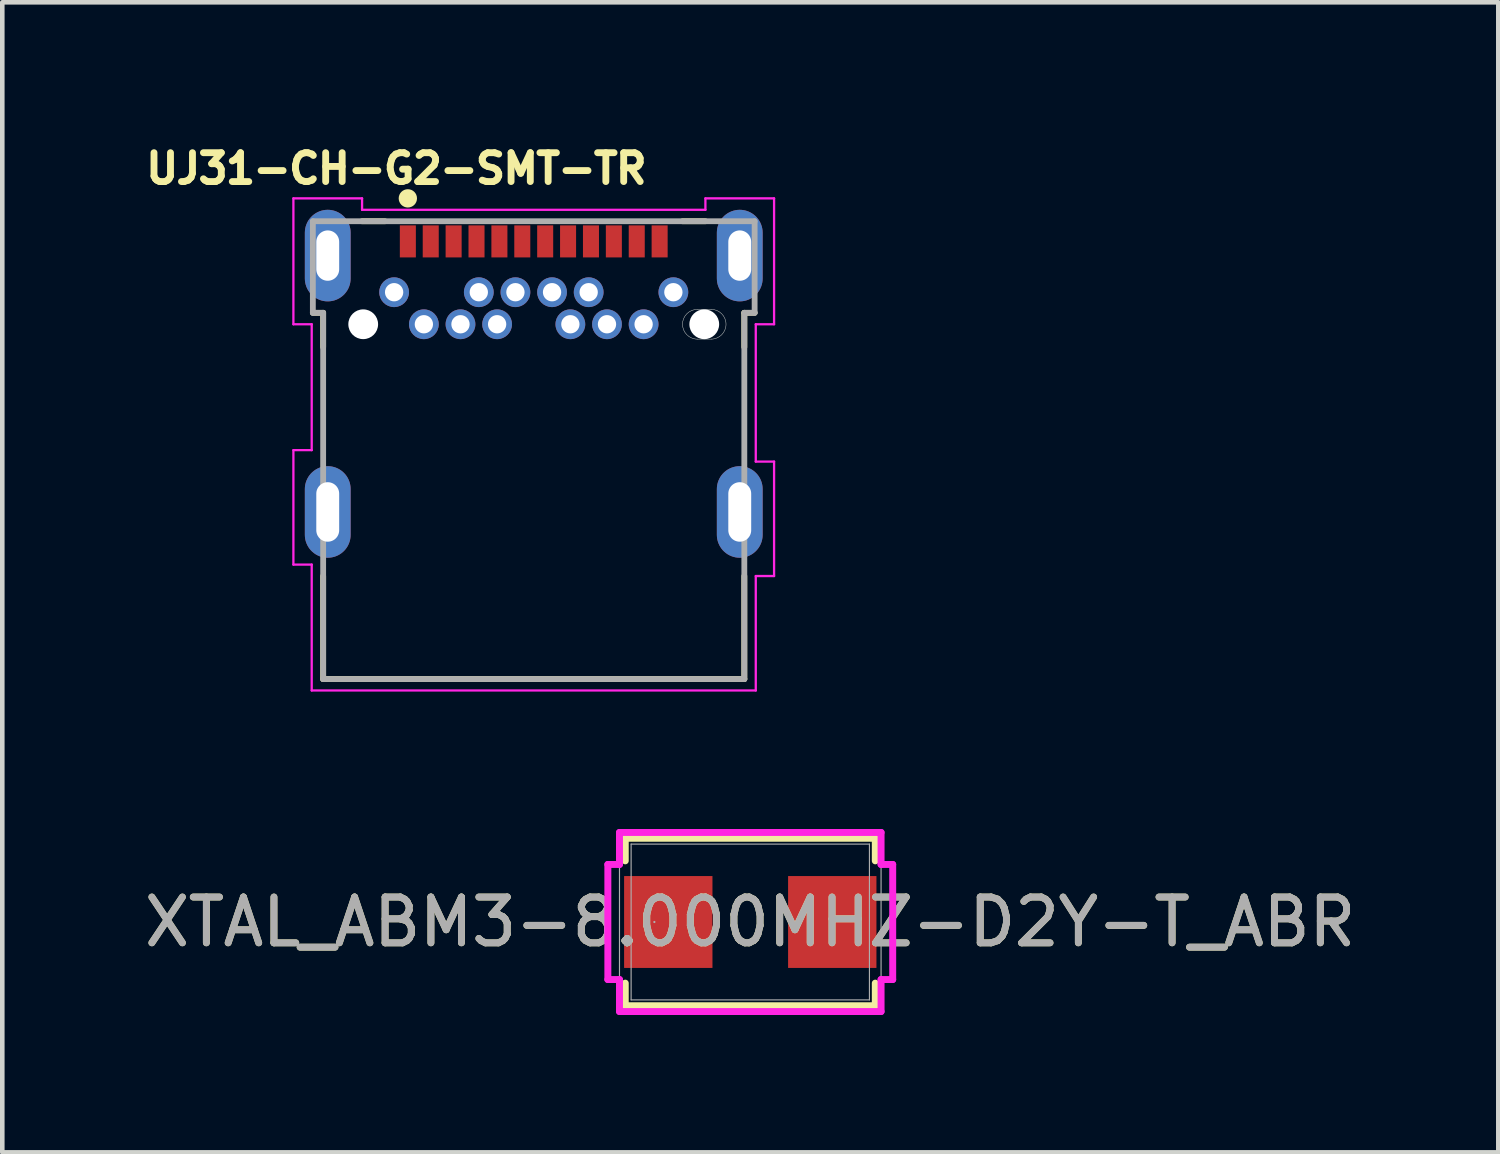
<source format=kicad_pcb>
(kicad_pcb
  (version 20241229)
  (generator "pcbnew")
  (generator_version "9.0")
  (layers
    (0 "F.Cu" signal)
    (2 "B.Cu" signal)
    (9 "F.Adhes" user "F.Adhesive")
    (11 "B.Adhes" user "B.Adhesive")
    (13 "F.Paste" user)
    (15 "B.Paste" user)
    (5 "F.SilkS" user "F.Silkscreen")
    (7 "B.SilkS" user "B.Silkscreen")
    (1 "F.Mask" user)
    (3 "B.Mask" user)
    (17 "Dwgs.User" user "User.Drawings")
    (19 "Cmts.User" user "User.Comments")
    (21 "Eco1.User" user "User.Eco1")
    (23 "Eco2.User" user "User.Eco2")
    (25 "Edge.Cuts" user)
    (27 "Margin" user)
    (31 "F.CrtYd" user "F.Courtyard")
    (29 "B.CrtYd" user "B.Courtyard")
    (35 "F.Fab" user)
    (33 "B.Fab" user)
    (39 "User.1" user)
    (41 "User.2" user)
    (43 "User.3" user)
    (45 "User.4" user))
  (footprint "XTAL_ABM3-8.000MHZ-D2Y-T_ABR"
    (layer "F.Cu")
    (at 13.339 17.09)
    (property "Reference" "XTAL_ABM3-8.000MHZ-D2Y-T_ABR" (at 0 0 0) (unlocked yes) (layer "F.SilkS") (effects (font (size 1 1) (thickness 0.15))))
    (attr smd)
    (fp_line (start -2.731 -1.829) (end -2.731 -1.336) (stroke (width 0.152) (type solid)) (layer "F.SilkS"))
    (fp_line (start -2.731 1.336) (end -2.731 1.829) (stroke (width 0.152) (type solid)) (layer "F.SilkS"))
    (fp_line (start -2.731 1.829) (end 2.731 1.829) (stroke (width 0.152) (type solid)) (layer "F.SilkS"))
    (fp_line (start 2.731 -1.829) (end -2.731 -1.829) (stroke (width 0.152) (type solid)) (layer "F.SilkS"))
    (fp_line (start 2.731 -1.336) (end 2.731 -1.829) (stroke (width 0.152) (type solid)) (layer "F.SilkS"))
    (fp_line (start 2.731 1.829) (end 2.731 1.336) (stroke (width 0.152) (type solid)) (layer "F.SilkS"))
    (fp_line (start -3.111 -1.257) (end -2.857 -1.257) (stroke (width 0.152) (type solid)) (layer "F.CrtYd"))
    (fp_line (start -3.111 1.257) (end -3.111 -1.257) (stroke (width 0.152) (type solid)) (layer "F.CrtYd"))
    (fp_line (start -2.857 -1.956) (end 2.857 -1.956) (stroke (width 0.152) (type solid)) (layer "F.CrtYd"))
    (fp_line (start -2.857 -1.257) (end -2.857 -1.956) (stroke (width 0.152) (type solid)) (layer "F.CrtYd"))
    (fp_line (start -2.857 1.257) (end -3.111 1.257) (stroke (width 0.152) (type solid)) (layer "F.CrtYd"))
    (fp_line (start -2.857 1.956) (end -2.857 1.257) (stroke (width 0.152) (type solid)) (layer "F.CrtYd"))
    (fp_line (start 2.857 -1.956) (end 2.857 -1.257) (stroke (width 0.152) (type solid)) (layer "F.CrtYd"))
    (fp_line (start 2.857 -1.257) (end 3.111 -1.257) (stroke (width 0.152) (type solid)) (layer "F.CrtYd"))
    (fp_line (start 2.857 1.257) (end 2.857 1.956) (stroke (width 0.152) (type solid)) (layer "F.CrtYd"))
    (fp_line (start 2.857 1.956) (end -2.857 1.956) (stroke (width 0.152) (type solid)) (layer "F.CrtYd"))
    (fp_line (start 3.111 -1.257) (end 3.111 1.257) (stroke (width 0.152) (type solid)) (layer "F.CrtYd"))
    (fp_line (start 3.111 1.257) (end 2.857 1.257) (stroke (width 0.152) (type solid)) (layer "F.CrtYd"))
    (fp_line (start -2.857 -1.956) (end 2.857 -1.956) (stroke (width 0.025) (type solid)) (layer "F.Fab"))
    (fp_line (start -2.857 1.956) (end -2.857 -1.956) (stroke (width 0.025) (type solid)) (layer "F.Fab"))
    (fp_line (start -2.603 -1.702) (end -2.603 1.702) (stroke (width 0.025) (type solid)) (layer "F.Fab"))
    (fp_line (start -2.603 1.702) (end 2.603 1.702) (stroke (width 0.025) (type solid)) (layer "F.Fab"))
    (fp_line (start 2.603 -1.702) (end -2.603 -1.702) (stroke (width 0.025) (type solid)) (layer "F.Fab"))
    (fp_line (start 2.603 1.702) (end 2.603 -1.702) (stroke (width 0.025) (type solid)) (layer "F.Fab"))
    (fp_line (start 2.857 -1.956) (end 2.857 1.956) (stroke (width 0.025) (type solid)) (layer "F.Fab"))
    (fp_line (start 2.857 1.956) (end -2.857 1.956) (stroke (width 0.025) (type solid)) (layer "F.Fab"))
    (fp_circle (center -2.095 0) (end -2.095 0) (stroke (width 0.025) (type solid)) (fill no) (layer "F.Fab"))
    (fp_text user "${REFERENCE}" (at 0 0 0) (unlocked yes) (layer "F.Fab") (effects (font (size 1 1) (thickness 0.15))))
    (pad "1" smd rect (at -1.791 0 90) (size 2.007 1.93) (layers "F.Cu" "F.Mask" "F.Paste"))
    (pad "2" smd rect (at 1.791 0 90) (size 2.007 1.93) (layers "F.Cu" "F.Mask" "F.Paste"))
    (zone (net_name "") (layer "F.Cu") (hatch full 0.508) (connect_pads) (min_thickness 0.254) (filled_areas_thickness no) (keepout (tracks not_allowed) (vias not_allowed) (pads allowed) (copperpour not_allowed) (footprints allowed)) (placement (enabled no)) (fill) (polygon (pts (xy 10.787 15.439) (xy 15.892 15.439) (xy 15.892 16.036) (xy 10.787 16.036))))
    (zone (net_name "") (layer "F.Cu") (hatch full 0.508) (connect_pads) (min_thickness 0.254) (filled_areas_thickness no) (keepout (tracks not_allowed) (vias not_allowed) (pads allowed) (copperpour not_allowed) (footprints allowed)) (placement (enabled no)) (fill) (polygon (pts (xy 10.787 18.144) (xy 15.892 18.144) (xy 15.892 18.741) (xy 10.787 18.741))))
    (zone (net_name "") (layer "F.Cu") (hatch full 0.508) (connect_pads) (min_thickness 0.254) (filled_areas_thickness no) (keepout (tracks not_allowed) (vias not_allowed) (pads allowed) (copperpour not_allowed) (footprints allowed)) (placement (enabled no)) (fill) (polygon (pts (xy 12.565 16.036) (xy 14.114 16.036) (xy 14.114 18.144) (xy 12.565 18.144)))))
  (footprint "UJ31-CH-G2-SMT-TR"
    (layer "F.Cu")
    (at 5.859 2.223)
    (property "Reference" "UJ31-CH-G2-SMT-TR" (at -0.25 -1.591 0) (layer "F.SilkS") (effects (font (size 0.63 0.63) (thickness 0.15))))
    (attr through_hole)
    (fp_line (start -2.075 1.56) (end -1.85 1.56) (stroke (width 0.127) (type solid)) (layer "F.SilkS"))
    (fp_line (start -1.85 1.56) (end -1.85 2.31) (stroke (width 0.127) (type solid)) (layer "F.SilkS"))
    (fp_line (start -1.85 9.56) (end -1.85 7.31) (stroke (width 0.127) (type solid)) (layer "F.SilkS"))
    (fp_line (start -1 -0.44) (end -0.5 -0.44) (stroke (width 0.127) (type solid)) (layer "F.SilkS"))
    (fp_line (start 6 -0.44) (end 6.5 -0.44) (stroke (width 0.127) (type solid)) (layer "F.SilkS"))
    (fp_line (start 7.35 1.56) (end 7.35 2.31) (stroke (width 0.127) (type solid)) (layer "F.SilkS"))
    (fp_line (start 7.35 7.31) (end 7.35 9.56) (stroke (width 0.127) (type solid)) (layer "F.SilkS"))
    (fp_line (start 7.35 9.56) (end -1.85 9.56) (stroke (width 0.127) (type solid)) (layer "F.SilkS"))
    (fp_line (start 7.575 1.56) (end 7.35 1.56) (stroke (width 0.127) (type solid)) (layer "F.SilkS"))
    (fp_circle (center 0 -0.94) (end 0.1 -0.94) (stroke (width 0.2) (type solid)) (fill no) (layer "F.SilkS"))
    (fp_line (start 6.325 1.485) (end 6.625 1.485) (stroke (width 0.01) (type solid)) (layer "Edge.Cuts"))
    (fp_line (start 6.325 2.135) (end 6.625 2.135) (stroke (width 0.01) (type solid)) (layer "Edge.Cuts"))
    (fp_arc (start 6.325 2.135) (mid 6 1.81) (end 6.325 1.485) (stroke (width 0.01) (type solid)) (layer "Edge.Cuts"))
    (fp_arc (start 6.625 1.485) (mid 6.95 1.81) (end 6.625 2.135) (stroke (width 0.01) (type solid)) (layer "Edge.Cuts"))
    (fp_line (start -2.5 -0.94) (end -1 -0.94) (stroke (width 0.05) (type solid)) (layer "F.CrtYd"))
    (fp_line (start -2.5 1.81) (end -2.5 -0.94) (stroke (width 0.05) (type solid)) (layer "F.CrtYd"))
    (fp_line (start -2.5 4.56) (end -2.1 4.56) (stroke (width 0.05) (type solid)) (layer "F.CrtYd"))
    (fp_line (start -2.5 7.06) (end -2.5 4.56) (stroke (width 0.05) (type solid)) (layer "F.CrtYd"))
    (fp_line (start -2.1 1.81) (end -2.5 1.81) (stroke (width 0.05) (type solid)) (layer "F.CrtYd"))
    (fp_line (start -2.1 4.56) (end -2.1 1.81) (stroke (width 0.05) (type solid)) (layer "F.CrtYd"))
    (fp_line (start -2.1 7.06) (end -2.5 7.06) (stroke (width 0.05) (type solid)) (layer "F.CrtYd"))
    (fp_line (start -2.1 9.81) (end -2.1 7.06) (stroke (width 0.05) (type solid)) (layer "F.CrtYd"))
    (fp_line (start -1 -0.94) (end -1 -0.69) (stroke (width 0.05) (type solid)) (layer "F.CrtYd"))
    (fp_line (start -1 -0.69) (end 6.5 -0.69) (stroke (width 0.05) (type solid)) (layer "F.CrtYd"))
    (fp_line (start 6.5 -0.94) (end 8 -0.94) (stroke (width 0.05) (type solid)) (layer "F.CrtYd"))
    (fp_line (start 6.5 -0.69) (end 6.5 -0.94) (stroke (width 0.05) (type solid)) (layer "F.CrtYd"))
    (fp_line (start 7.6 1.81) (end 7.6 4.81) (stroke (width 0.05) (type solid)) (layer "F.CrtYd"))
    (fp_line (start 7.6 4.81) (end 8 4.81) (stroke (width 0.05) (type solid)) (layer "F.CrtYd"))
    (fp_line (start 7.6 7.31) (end 7.6 9.81) (stroke (width 0.05) (type solid)) (layer "F.CrtYd"))
    (fp_line (start 7.6 9.81) (end -2.1 9.81) (stroke (width 0.05) (type solid)) (layer "F.CrtYd"))
    (fp_line (start 8 -0.94) (end 8 1.81) (stroke (width 0.05) (type solid)) (layer "F.CrtYd"))
    (fp_line (start 8 1.81) (end 7.6 1.81) (stroke (width 0.05) (type solid)) (layer "F.CrtYd"))
    (fp_line (start 8 4.81) (end 8 7.31) (stroke (width 0.05) (type solid)) (layer "F.CrtYd"))
    (fp_line (start 8 7.31) (end 7.6 7.31) (stroke (width 0.05) (type solid)) (layer "F.CrtYd"))
    (fp_line (start -2.075 -0.44) (end 7.575 -0.44) (stroke (width 0.127) (type solid)) (layer "F.Fab"))
    (fp_line (start -2.075 1.56) (end -2.075 -0.44) (stroke (width 0.127) (type solid)) (layer "F.Fab"))
    (fp_line (start -1.85 1.56) (end -2.075 1.56) (stroke (width 0.127) (type solid)) (layer "F.Fab"))
    (fp_line (start -1.85 9.56) (end -1.85 1.56) (stroke (width 0.127) (type solid)) (layer "F.Fab"))
    (fp_line (start 7.35 1.56) (end 7.35 9.56) (stroke (width 0.127) (type solid)) (layer "F.Fab"))
    (fp_line (start 7.35 9.56) (end -1.85 9.56) (stroke (width 0.127) (type solid)) (layer "F.Fab"))
    (fp_line (start 7.575 -0.44) (end 7.575 1.56) (stroke (width 0.127) (type solid)) (layer "F.Fab"))
    (fp_line (start 7.575 1.56) (end 7.35 1.56) (stroke (width 0.127) (type solid)) (layer "F.Fab"))
    (pad "" np_thru_hole circle (at -0.975 1.81) (size 0.65 0.65) (drill 0.65) (layers "*.Cu" "*.Mask"))
    (pad "" np_thru_hole circle (at 6.475 1.81) (size 0.65 0.65) (drill 0.65) (layers "*.Cu" "*.Mask"))
    (pad "A1" smd rect (at 0 0) (size 0.35 0.7) (layers "F.Cu" "F.Mask" "F.Paste"))
    (pad "A2" smd rect (at 0.5 0) (size 0.35 0.7) (layers "F.Cu" "F.Mask" "F.Paste"))
    (pad "A3" smd rect (at 1 0) (size 0.35 0.7) (layers "F.Cu" "F.Mask" "F.Paste"))
    (pad "A4" smd rect (at 1.5 0) (size 0.35 0.7) (layers "F.Cu" "F.Mask" "F.Paste"))
    (pad "A5" smd rect (at 2 0) (size 0.35 0.7) (layers "F.Cu" "F.Mask" "F.Paste"))
    (pad "A6" smd rect (at 2.5 0) (size 0.35 0.7) (layers "F.Cu" "F.Mask" "F.Paste"))
    (pad "A7" smd rect (at 3 0) (size 0.35 0.7) (layers "F.Cu" "F.Mask" "F.Paste"))
    (pad "A8" smd rect (at 3.5 0) (size 0.35 0.7) (layers "F.Cu" "F.Mask" "F.Paste"))
    (pad "A9" smd rect (at 4 0) (size 0.35 0.7) (layers "F.Cu" "F.Mask" "F.Paste"))
    (pad "A10" smd rect (at 4.5 0) (size 0.35 0.7) (layers "F.Cu" "F.Mask" "F.Paste"))
    (pad "A11" smd rect (at 5 0) (size 0.35 0.7) (layers "F.Cu" "F.Mask" "F.Paste"))
    (pad "A12" smd rect (at 5.5 0) (size 0.35 0.7) (layers "F.Cu" "F.Mask" "F.Paste"))
    (pad "B1" thru_hole circle (at 5.8 1.11) (size 0.65 0.65) (drill 0.4) (layers "*.Cu" "*.Mask"))
    (pad "B2" thru_hole circle (at 5.15 1.81) (size 0.65 0.65) (drill 0.4) (layers "*.Cu" "*.Mask"))
    (pad "B3" thru_hole circle (at 4.35 1.81) (size 0.65 0.65) (drill 0.4) (layers "*.Cu" "*.Mask"))
    (pad "B4" thru_hole circle (at 3.95 1.11) (size 0.65 0.65) (drill 0.4) (layers "*.Cu" "*.Mask"))
    (pad "B5" thru_hole circle (at 3.55 1.81) (size 0.65 0.65) (drill 0.4) (layers "*.Cu" "*.Mask"))
    (pad "B6" thru_hole circle (at 3.15 1.11) (size 0.65 0.65) (drill 0.4) (layers "*.Cu" "*.Mask"))
    (pad "B7" thru_hole circle (at 2.35 1.11) (size 0.65 0.65) (drill 0.4) (layers "*.Cu" "*.Mask"))
    (pad "B8" thru_hole circle (at 1.95 1.81) (size 0.65 0.65) (drill 0.4) (layers "*.Cu" "*.Mask"))
    (pad "B9" thru_hole circle (at 1.55 1.11) (size 0.65 0.65) (drill 0.4) (layers "*.Cu" "*.Mask"))
    (pad "B10" thru_hole circle (at 1.15 1.81) (size 0.65 0.65) (drill 0.4) (layers "*.Cu" "*.Mask"))
    (pad "B11" thru_hole circle (at 0.35 1.81) (size 0.65 0.65) (drill 0.4) (layers "*.Cu" "*.Mask"))
    (pad "B12" thru_hole circle (at -0.3 1.11) (size 0.65 0.65) (drill 0.4) (layers "*.Cu" "*.Mask"))
    (pad "SH1" thru_hole oval (at -1.75 0.31) (size 1 2) (drill oval 0.5 1.1) (layers "*.Cu" "*.Mask"))
    (pad "SH2" thru_hole oval (at 7.25 0.31) (size 1 2) (drill oval 0.5 1.1) (layers "*.Cu" "*.Mask"))
    (pad "SH3" thru_hole oval (at -1.75 5.91) (size 1 2) (drill oval 0.5 1.3) (layers "*.Cu" "*.Mask"))
    (pad "SH4" thru_hole oval (at 7.25 5.91) (size 1 2) (drill oval 0.5 1.3) (layers "*.Cu" "*.Mask"))
    (zone (net_name "") (layer "F.Cu") (hatch full 0.508) (connect_pads) (min_thickness 0) (filled_areas_thickness no) (keepout (tracks not_allowed) (vias not_allowed) (pads not_allowed) (copperpour not_allowed) (footprints allowed)) (placement (enabled no)) (fill) (polygon (pts (xy 4.009 4.783) (xy 13.209 4.783) (xy 13.209 6.883) (xy 12.359 6.883) (xy 12.359 9.283) (xy 4.859 9.283) (xy 4.859 6.883) (xy 4.009 6.883))))
    (zone (net_name "") (layer "B.Cu") (hatch full 0.508) (connect_pads) (min_thickness 0) (filled_areas_thickness no) (keepout (tracks not_allowed) (vias not_allowed) (pads not_allowed) (copperpour not_allowed) (footprints allowed)) (placement (enabled no)) (fill) (polygon (pts (xy 4.009 4.783) (xy 13.209 4.783) (xy 13.209 6.883) (xy 12.359 6.883) (xy 12.359 9.283) (xy 4.859 9.283) (xy 4.859 6.883) (xy 4.009 6.883)))))
  (gr_rect
    (start -3 -3)
    (end 29.679 22.122)
    (stroke (width 0.1) (type default))
    (fill no)
    (layer "Edge.Cuts")))
</source>
